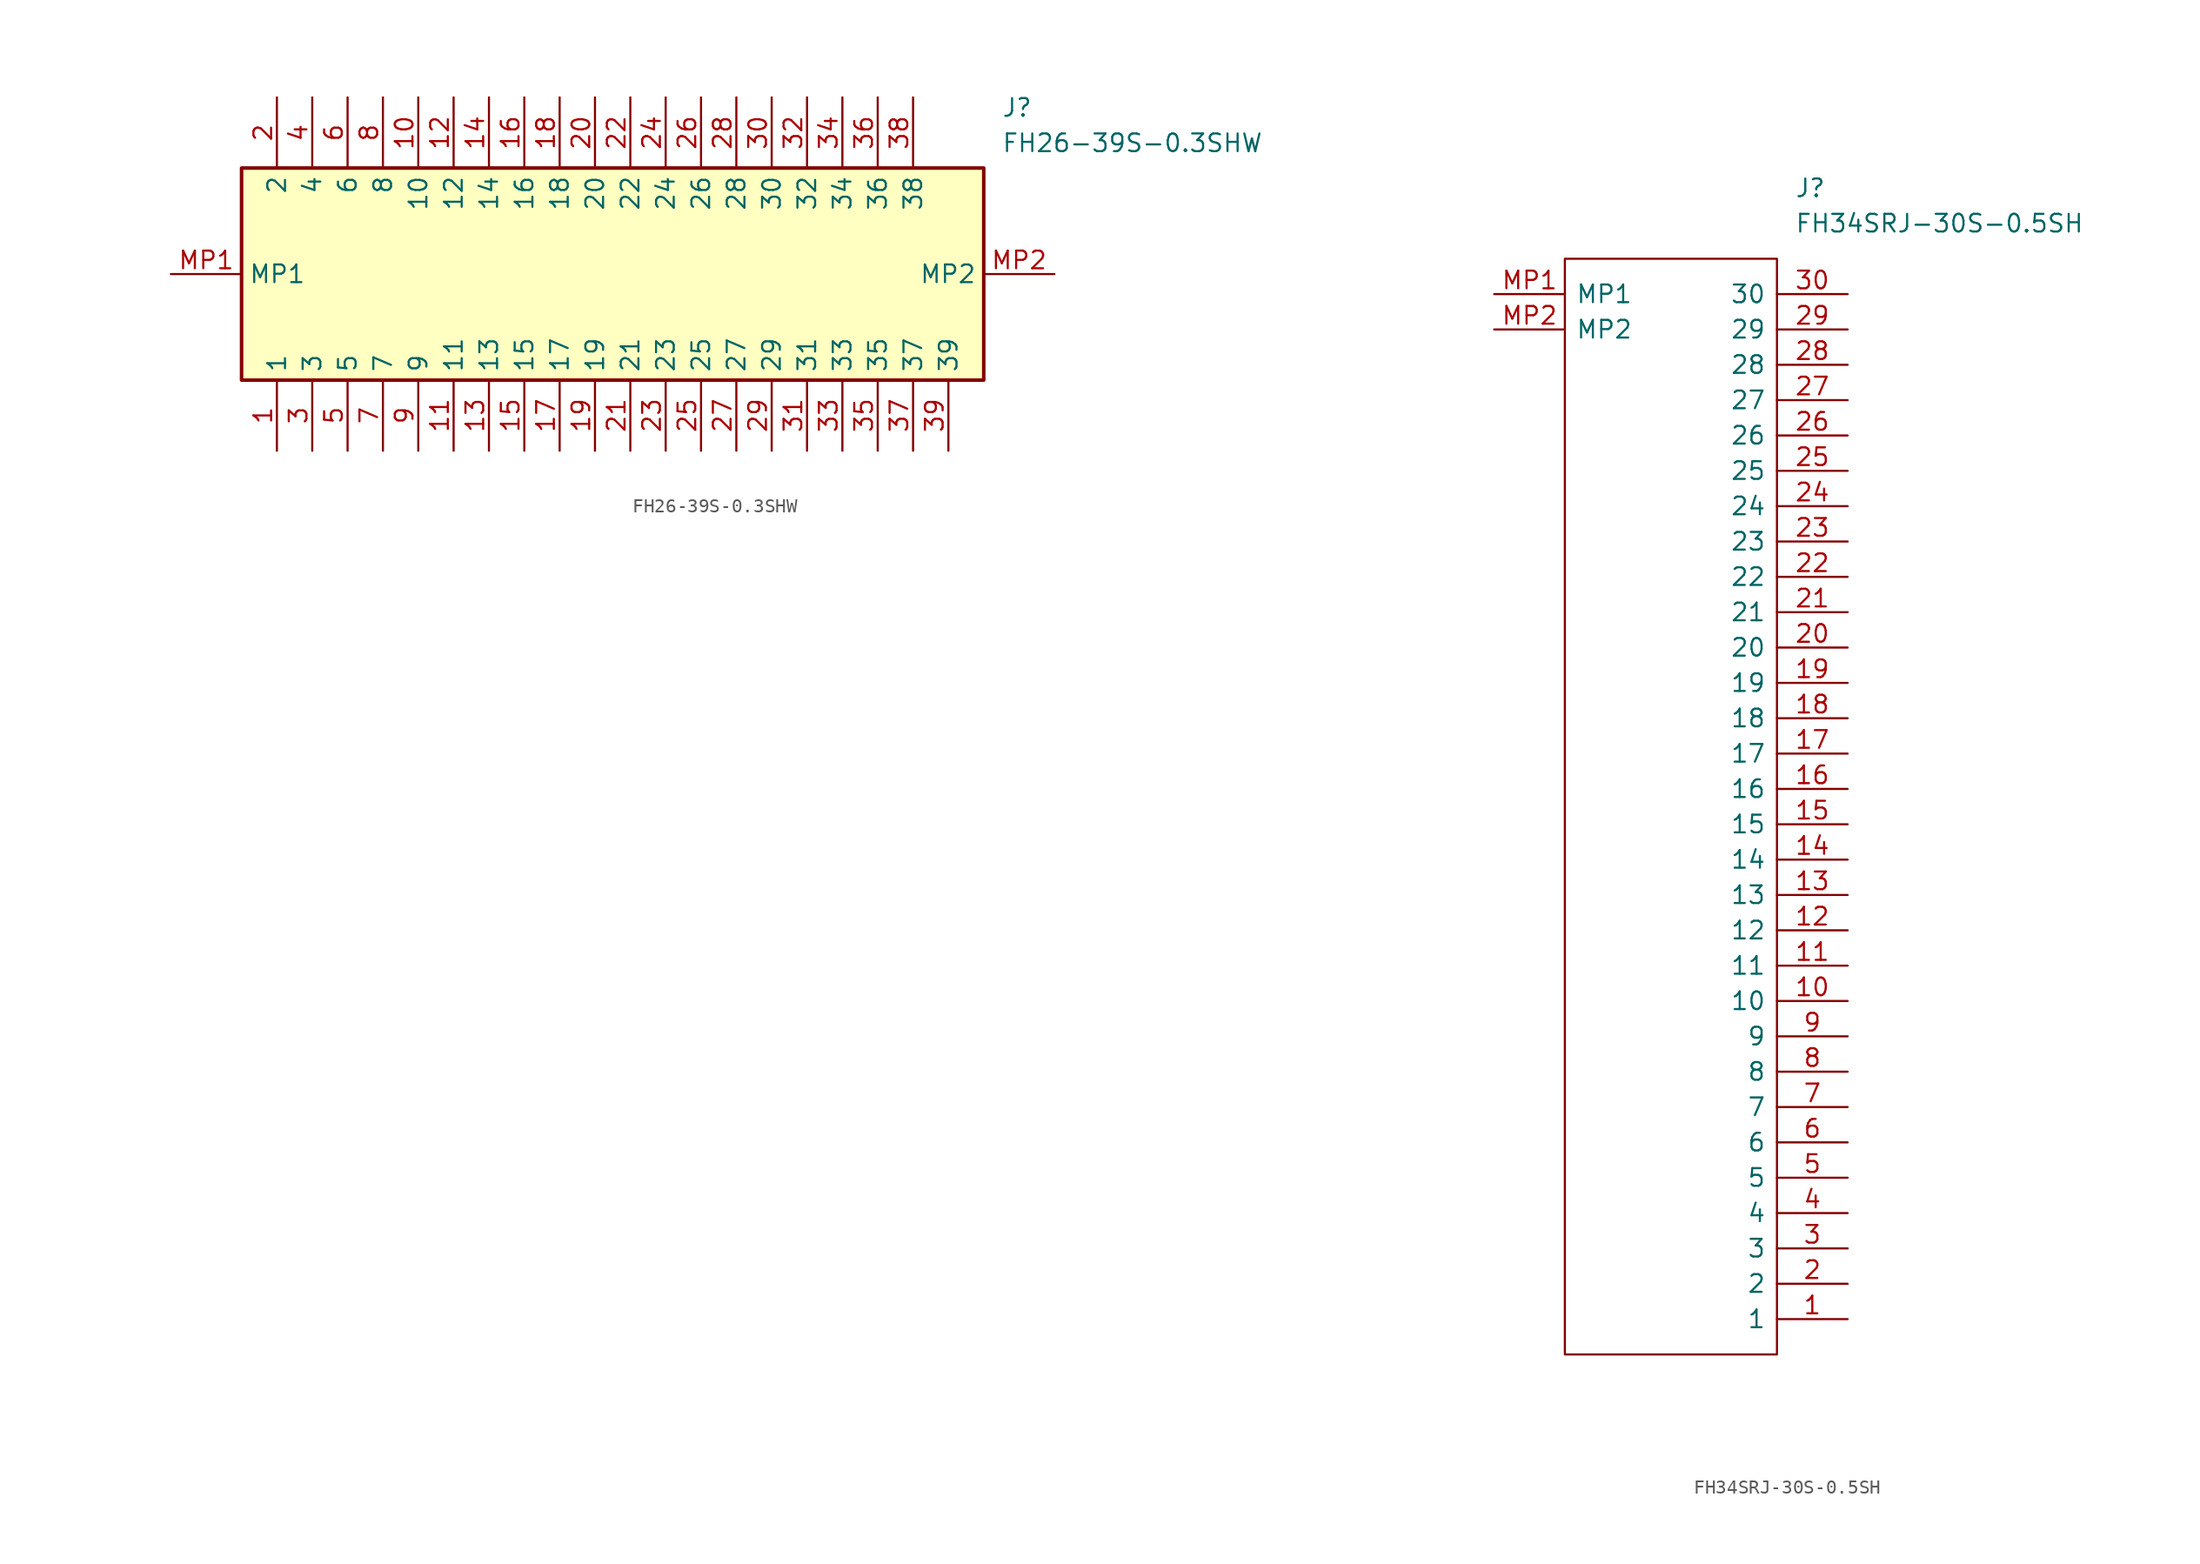
<source format=kicad_sym>
(kicad_symbol_lib
  (version 20220914)
  (generator kicad_symbol_editor)
  (symbol "FH26-39S-0.3SHW"
    (property "Reference" "J"
      (at 59.69 12.7 0)
      (effects (font (size 1.27 1.27)) (justify left top)))
    (property "Value" "FH26-39S-0.3SHW"
      (at 59.69 10.16 0)
      (effects (font (size 1.27 1.27)) (justify left top)))
    (symbol "FH26-39S-0.3SHW_1_1"
      (rectangle (start 5.08 7.62) (end 58.42 -7.62) (stroke (width 0.254) (type default)) (fill (type background)))
      (pin passive line (at 7.62 -12.7 90) (length 5.08) (name "1" (effects (font (size 1.27 1.27)))) (number "1" (effects (font (size 1.27 1.27)))))
      (pin passive line (at 17.78 12.7 270) (length 5.08) (name "10" (effects (font (size 1.27 1.27)))) (number "10" (effects (font (size 1.27 1.27)))))
      (pin passive line (at 20.32 -12.7 90) (length 5.08) (name "11" (effects (font (size 1.27 1.27)))) (number "11" (effects (font (size 1.27 1.27)))))
      (pin passive line (at 20.32 12.7 270) (length 5.08) (name "12" (effects (font (size 1.27 1.27)))) (number "12" (effects (font (size 1.27 1.27)))))
      (pin passive line (at 22.86 -12.7 90) (length 5.08) (name "13" (effects (font (size 1.27 1.27)))) (number "13" (effects (font (size 1.27 1.27)))))
      (pin passive line (at 22.86 12.7 270) (length 5.08) (name "14" (effects (font (size 1.27 1.27)))) (number "14" (effects (font (size 1.27 1.27)))))
      (pin passive line (at 25.4 -12.7 90) (length 5.08) (name "15" (effects (font (size 1.27 1.27)))) (number "15" (effects (font (size 1.27 1.27)))))
      (pin passive line (at 25.4 12.7 270) (length 5.08) (name "16" (effects (font (size 1.27 1.27)))) (number "16" (effects (font (size 1.27 1.27)))))
      (pin passive line (at 27.94 -12.7 90) (length 5.08) (name "17" (effects (font (size 1.27 1.27)))) (number "17" (effects (font (size 1.27 1.27)))))
      (pin passive line (at 27.94 12.7 270) (length 5.08) (name "18" (effects (font (size 1.27 1.27)))) (number "18" (effects (font (size 1.27 1.27)))))
      (pin passive line (at 30.48 -12.7 90) (length 5.08) (name "19" (effects (font (size 1.27 1.27)))) (number "19" (effects (font (size 1.27 1.27)))))
      (pin passive line (at 7.62 12.7 270) (length 5.08) (name "2" (effects (font (size 1.27 1.27)))) (number "2" (effects (font (size 1.27 1.27)))))
      (pin passive line (at 30.48 12.7 270) (length 5.08) (name "20" (effects (font (size 1.27 1.27)))) (number "20" (effects (font (size 1.27 1.27)))))
      (pin passive line (at 33.02 -12.7 90) (length 5.08) (name "21" (effects (font (size 1.27 1.27)))) (number "21" (effects (font (size 1.27 1.27)))))
      (pin passive line (at 33.02 12.7 270) (length 5.08) (name "22" (effects (font (size 1.27 1.27)))) (number "22" (effects (font (size 1.27 1.27)))))
      (pin passive line (at 35.56 -12.7 90) (length 5.08) (name "23" (effects (font (size 1.27 1.27)))) (number "23" (effects (font (size 1.27 1.27)))))
      (pin passive line (at 35.56 12.7 270) (length 5.08) (name "24" (effects (font (size 1.27 1.27)))) (number "24" (effects (font (size 1.27 1.27)))))
      (pin passive line (at 38.1 -12.7 90) (length 5.08) (name "25" (effects (font (size 1.27 1.27)))) (number "25" (effects (font (size 1.27 1.27)))))
      (pin passive line (at 38.1 12.7 270) (length 5.08) (name "26" (effects (font (size 1.27 1.27)))) (number "26" (effects (font (size 1.27 1.27)))))
      (pin passive line (at 40.64 -12.7 90) (length 5.08) (name "27" (effects (font (size 1.27 1.27)))) (number "27" (effects (font (size 1.27 1.27)))))
      (pin passive line (at 40.64 12.7 270) (length 5.08) (name "28" (effects (font (size 1.27 1.27)))) (number "28" (effects (font (size 1.27 1.27)))))
      (pin passive line (at 43.18 -12.7 90) (length 5.08) (name "29" (effects (font (size 1.27 1.27)))) (number "29" (effects (font (size 1.27 1.27)))))
      (pin passive line (at 10.16 -12.7 90) (length 5.08) (name "3" (effects (font (size 1.27 1.27)))) (number "3" (effects (font (size 1.27 1.27)))))
      (pin passive line (at 43.18 12.7 270) (length 5.08) (name "30" (effects (font (size 1.27 1.27)))) (number "30" (effects (font (size 1.27 1.27)))))
      (pin passive line (at 45.72 -12.7 90) (length 5.08) (name "31" (effects (font (size 1.27 1.27)))) (number "31" (effects (font (size 1.27 1.27)))))
      (pin passive line (at 45.72 12.7 270) (length 5.08) (name "32" (effects (font (size 1.27 1.27)))) (number "32" (effects (font (size 1.27 1.27)))))
      (pin passive line (at 48.26 -12.7 90) (length 5.08) (name "33" (effects (font (size 1.27 1.27)))) (number "33" (effects (font (size 1.27 1.27)))))
      (pin passive line (at 48.26 12.7 270) (length 5.08) (name "34" (effects (font (size 1.27 1.27)))) (number "34" (effects (font (size 1.27 1.27)))))
      (pin passive line (at 50.8 -12.7 90) (length 5.08) (name "35" (effects (font (size 1.27 1.27)))) (number "35" (effects (font (size 1.27 1.27)))))
      (pin passive line (at 50.8 12.7 270) (length 5.08) (name "36" (effects (font (size 1.27 1.27)))) (number "36" (effects (font (size 1.27 1.27)))))
      (pin passive line (at 53.34 -12.7 90) (length 5.08) (name "37" (effects (font (size 1.27 1.27)))) (number "37" (effects (font (size 1.27 1.27)))))
      (pin passive line (at 53.34 12.7 270) (length 5.08) (name "38" (effects (font (size 1.27 1.27)))) (number "38" (effects (font (size 1.27 1.27)))))
      (pin passive line (at 55.88 -12.7 90) (length 5.08) (name "39" (effects (font (size 1.27 1.27)))) (number "39" (effects (font (size 1.27 1.27)))))
      (pin passive line (at 10.16 12.7 270) (length 5.08) (name "4" (effects (font (size 1.27 1.27)))) (number "4" (effects (font (size 1.27 1.27)))))
      (pin passive line (at 12.7 -12.7 90) (length 5.08) (name "5" (effects (font (size 1.27 1.27)))) (number "5" (effects (font (size 1.27 1.27)))))
      (pin passive line (at 12.7 12.7 270) (length 5.08) (name "6" (effects (font (size 1.27 1.27)))) (number "6" (effects (font (size 1.27 1.27)))))
      (pin passive line (at 15.24 -12.7 90) (length 5.08) (name "7" (effects (font (size 1.27 1.27)))) (number "7" (effects (font (size 1.27 1.27)))))
      (pin passive line (at 15.24 12.7 270) (length 5.08) (name "8" (effects (font (size 1.27 1.27)))) (number "8" (effects (font (size 1.27 1.27)))))
      (pin passive line (at 17.78 -12.7 90) (length 5.08) (name "9" (effects (font (size 1.27 1.27)))) (number "9" (effects (font (size 1.27 1.27)))))
      (pin passive line (at 0 0 0) (length 5.08) (name "MP1" (effects (font (size 1.27 1.27)))) (number "MP1" (effects (font (size 1.27 1.27)))))
      (pin passive line (at 63.5 0 180) (length 5.08) (name "MP2" (effects (font (size 1.27 1.27)))) (number "MP2" (effects (font (size 1.27 1.27)))))))
  (symbol "FH34SRJ-30S-0.5SH"
    (pin_names
      (offset 0.762))
    (property "Reference" "J"
      (at 21.59 7.62 0)
      (effects (font (size 1.27 1.27)) (justify left)))
    (property "Value" "FH34SRJ-30S-0.5SH"
      (at 21.59 5.08 0)
      (effects (font (size 1.27 1.27)) (justify left)))
    (symbol "FH34SRJ-30S-0.5SH_0_0"
      (pin passive line (at 25.4 -73.66 180) (length 5.08) (name "1" (effects (font (size 1.27 1.27)))) (number "1" (effects (font (size 1.27 1.27)))))
      (pin passive line (at 25.4 -50.8 180) (length 5.08) (name "10" (effects (font (size 1.27 1.27)))) (number "10" (effects (font (size 1.27 1.27)))))
      (pin passive line (at 25.4 -48.26 180) (length 5.08) (name "11" (effects (font (size 1.27 1.27)))) (number "11" (effects (font (size 1.27 1.27)))))
      (pin passive line (at 25.4 -45.72 180) (length 5.08) (name "12" (effects (font (size 1.27 1.27)))) (number "12" (effects (font (size 1.27 1.27)))))
      (pin passive line (at 25.4 -43.18 180) (length 5.08) (name "13" (effects (font (size 1.27 1.27)))) (number "13" (effects (font (size 1.27 1.27)))))
      (pin passive line (at 25.4 -40.64 180) (length 5.08) (name "14" (effects (font (size 1.27 1.27)))) (number "14" (effects (font (size 1.27 1.27)))))
      (pin passive line (at 25.4 -38.1 180) (length 5.08) (name "15" (effects (font (size 1.27 1.27)))) (number "15" (effects (font (size 1.27 1.27)))))
      (pin passive line (at 25.4 -35.56 180) (length 5.08) (name "16" (effects (font (size 1.27 1.27)))) (number "16" (effects (font (size 1.27 1.27)))))
      (pin passive line (at 25.4 -33.02 180) (length 5.08) (name "17" (effects (font (size 1.27 1.27)))) (number "17" (effects (font (size 1.27 1.27)))))
      (pin passive line (at 25.4 -30.48 180) (length 5.08) (name "18" (effects (font (size 1.27 1.27)))) (number "18" (effects (font (size 1.27 1.27)))))
      (pin passive line (at 25.4 -27.94 180) (length 5.08) (name "19" (effects (font (size 1.27 1.27)))) (number "19" (effects (font (size 1.27 1.27)))))
      (pin passive line (at 25.4 -71.12 180) (length 5.08) (name "2" (effects (font (size 1.27 1.27)))) (number "2" (effects (font (size 1.27 1.27)))))
      (pin passive line (at 25.4 -25.4 180) (length 5.08) (name "20" (effects (font (size 1.27 1.27)))) (number "20" (effects (font (size 1.27 1.27)))))
      (pin passive line (at 25.4 -22.86 180) (length 5.08) (name "21" (effects (font (size 1.27 1.27)))) (number "21" (effects (font (size 1.27 1.27)))))
      (pin passive line (at 25.4 -20.32 180) (length 5.08) (name "22" (effects (font (size 1.27 1.27)))) (number "22" (effects (font (size 1.27 1.27)))))
      (pin passive line (at 25.4 -17.78 180) (length 5.08) (name "23" (effects (font (size 1.27 1.27)))) (number "23" (effects (font (size 1.27 1.27)))))
      (pin passive line (at 25.4 -15.24 180) (length 5.08) (name "24" (effects (font (size 1.27 1.27)))) (number "24" (effects (font (size 1.27 1.27)))))
      (pin passive line (at 25.4 -12.7 180) (length 5.08) (name "25" (effects (font (size 1.27 1.27)))) (number "25" (effects (font (size 1.27 1.27)))))
      (pin passive line (at 25.4 -10.16 180) (length 5.08) (name "26" (effects (font (size 1.27 1.27)))) (number "26" (effects (font (size 1.27 1.27)))))
      (pin passive line (at 25.4 -7.62 180) (length 5.08) (name "27" (effects (font (size 1.27 1.27)))) (number "27" (effects (font (size 1.27 1.27)))))
      (pin passive line (at 25.4 -5.08 180) (length 5.08) (name "28" (effects (font (size 1.27 1.27)))) (number "28" (effects (font (size 1.27 1.27)))))
      (pin passive line (at 25.4 -2.54 180) (length 5.08) (name "29" (effects (font (size 1.27 1.27)))) (number "29" (effects (font (size 1.27 1.27)))))
      (pin passive line (at 25.4 -68.58 180) (length 5.08) (name "3" (effects (font (size 1.27 1.27)))) (number "3" (effects (font (size 1.27 1.27)))))
      (pin passive line (at 25.4 0 180) (length 5.08) (name "30" (effects (font (size 1.27 1.27)))) (number "30" (effects (font (size 1.27 1.27)))))
      (pin passive line (at 25.4 -66.04 180) (length 5.08) (name "4" (effects (font (size 1.27 1.27)))) (number "4" (effects (font (size 1.27 1.27)))))
      (pin passive line (at 25.4 -63.5 180) (length 5.08) (name "5" (effects (font (size 1.27 1.27)))) (number "5" (effects (font (size 1.27 1.27)))))
      (pin passive line (at 25.4 -60.96 180) (length 5.08) (name "6" (effects (font (size 1.27 1.27)))) (number "6" (effects (font (size 1.27 1.27)))))
      (pin passive line (at 25.4 -58.42 180) (length 5.08) (name "7" (effects (font (size 1.27 1.27)))) (number "7" (effects (font (size 1.27 1.27)))))
      (pin passive line (at 25.4 -55.88 180) (length 5.08) (name "8" (effects (font (size 1.27 1.27)))) (number "8" (effects (font (size 1.27 1.27)))))
      (pin passive line (at 25.4 -53.34 180) (length 5.08) (name "9" (effects (font (size 1.27 1.27)))) (number "9" (effects (font (size 1.27 1.27)))))
      (pin passive line (at 0 0 0) (length 5.08) (name "MP1" (effects (font (size 1.27 1.27)))) (number "MP1" (effects (font (size 1.27 1.27)))))
      (pin passive line (at 0 -2.54 0) (length 5.08) (name "MP2" (effects (font (size 1.27 1.27)))) (number "MP2" (effects (font (size 1.27 1.27))))))
    (symbol "FH34SRJ-30S-0.5SH_0_1"
      (polyline (pts (xy 5.08 2.54) (xy 20.32 2.54) (xy 20.32 -76.2) (xy 5.08 -76.2) (xy 5.08 2.54)) (stroke (width 0.152) (type default)) (fill (type none))))))
</source>
